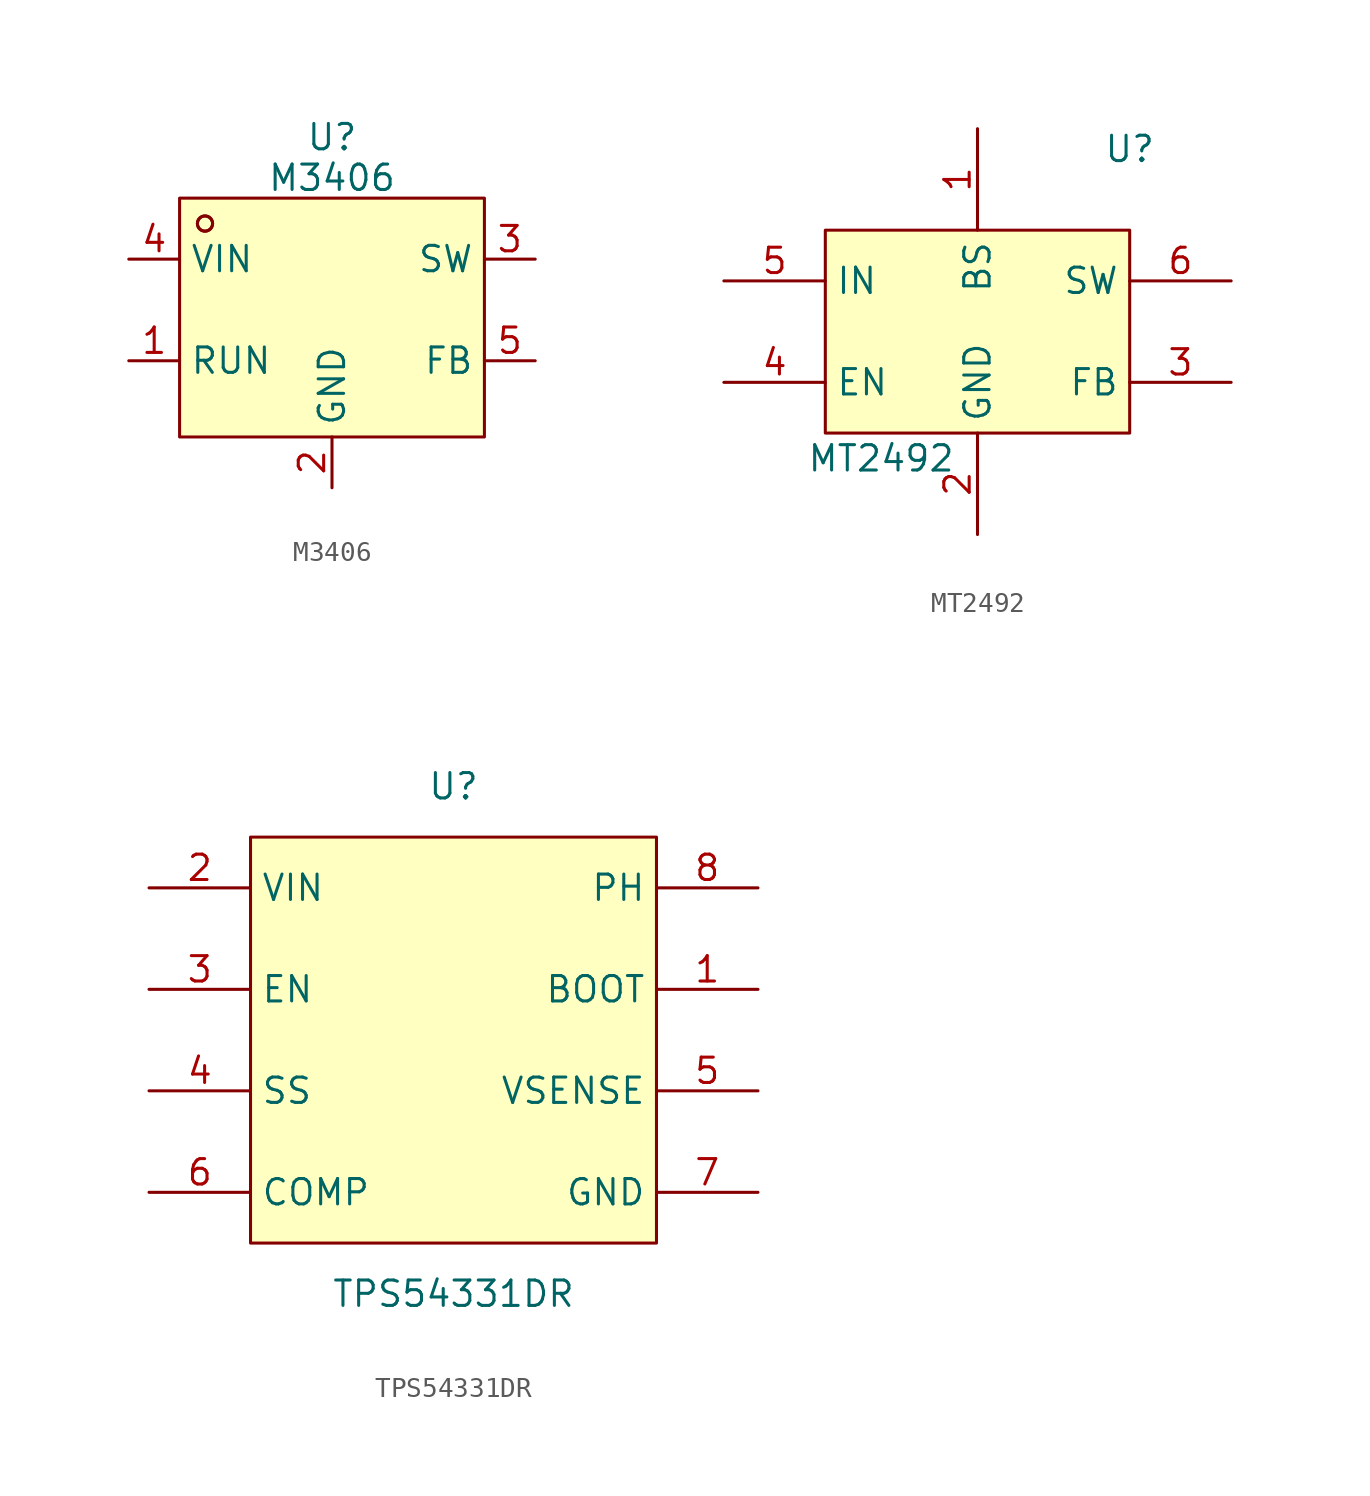
<source format=kicad_sym>
(kicad_symbol_lib
  (version 20231120)
  (generator "kicad_symbol_editor")
  (generator_version "8.0")
  (symbol "M3406"
    (property "Reference" "U"
      (at 0 8.636 0)
      (effects (font (size 1.27 1.27))))
    (property "Value" "M3406"
      (at 0 6.604 0)
      (effects (font (size 1.27 1.27))))
    (symbol "M3406_0_1"
      (rectangle (start -7.62 5.59) (end 7.62 -6.35) (stroke (width 0) (type default)) (fill (type background)))
      (circle (center -6.35 4.32) (radius 0.38) (stroke (width 0) (type default)) (fill (type none)))
      (circle (center -6.35 4.32) (radius 0.38) (stroke (width 0) (type default)) (fill (type none)))
      (pin unspecified line (at -10.16 -2.54 0) (length 2.54) (name "RUN" (effects (font (size 1.27 1.27)))) (number "1" (effects (font (size 1.27 1.27)))))
      (pin unspecified line (at 0 -8.89 90) (length 2.54) (name "GND" (effects (font (size 1.27 1.27)))) (number "2" (effects (font (size 1.27 1.27)))))
      (pin unspecified line (at 10.16 2.54 180) (length 2.54) (name "SW" (effects (font (size 1.27 1.27)))) (number "3" (effects (font (size 1.27 1.27)))))
      (pin unspecified line (at -10.16 2.54 0) (length 2.54) (name "VIN" (effects (font (size 1.27 1.27)))) (number "4" (effects (font (size 1.27 1.27)))))
      (pin unspecified line (at 10.16 -2.54 180) (length 2.54) (name "FB" (effects (font (size 1.27 1.27)))) (number "5" (effects (font (size 1.27 1.27)))))))
  (symbol "MT2492"
    (property "Reference" "U"
      (at 7.62 9.144 0)
      (effects (font (size 1.27 1.27))))
    (property "Value" "MT2492"
      (at -4.826 -6.35 0)
      (effects (font (size 1.27 1.27))))
    (symbol "MT2492_0_1"
      (rectangle (start -7.62 5.08) (end 7.62 -5.08) (stroke (width 0) (type default)) (fill (type background)))
      (pin unspecified line (at 0 10.16 270) (length 5.08) (name "BS" (effects (font (size 1.27 1.27)))) (number "1" (effects (font (size 1.27 1.27)))))
      (pin unspecified line (at 12.7 -2.54 180) (length 5.08) (name "FB" (effects (font (size 1.27 1.27)))) (number "3" (effects (font (size 1.27 1.27)))))
      (pin unspecified line (at -12.7 -2.54 0) (length 5.08) (name "EN" (effects (font (size 1.27 1.27)))) (number "4" (effects (font (size 1.27 1.27)))))
      (pin unspecified line (at -12.7 2.54 0) (length 5.08) (name "IN" (effects (font (size 1.27 1.27)))) (number "5" (effects (font (size 1.27 1.27)))))
      (pin unspecified line (at 12.7 2.54 180) (length 5.08) (name "SW" (effects (font (size 1.27 1.27)))) (number "6" (effects (font (size 1.27 1.27))))))
    (symbol "MT2492_1_1"
      (pin unspecified line (at 0 -10.16 90) (length 5.08) (name "GND" (effects (font (size 1.27 1.27)))) (number "2" (effects (font (size 1.27 1.27)))))))
  (symbol "TPS54331DR"
    (property "Reference" "U"
      (at 0 12.7 0)
      (effects (font (size 1.27 1.27))))
    (property "Value" "TPS54331DR"
      (at 0 -12.7 0)
      (effects (font (size 1.27 1.27))))
    (symbol "TPS54331DR_0_1"
      (rectangle (start -10.16 10.16) (end 10.16 -10.16) (stroke (width 0) (type default)) (fill (type background)))
      (pin unspecified line (at 15.24 2.54 180) (length 5.08) (name "BOOT" (effects (font (size 1.27 1.27)))) (number "1" (effects (font (size 1.27 1.27)))))
      (pin power_in line (at -15.24 7.62 0) (length 5.08) (name "VIN" (effects (font (size 1.27 1.27)))) (number "2" (effects (font (size 1.27 1.27)))))
      (pin unspecified line (at -15.24 2.54 0) (length 5.08) (name "EN" (effects (font (size 1.27 1.27)))) (number "3" (effects (font (size 1.27 1.27)))))
      (pin unspecified line (at -15.24 -2.54 0) (length 5.08) (name "SS" (effects (font (size 1.27 1.27)))) (number "4" (effects (font (size 1.27 1.27)))))
      (pin unspecified line (at 15.24 -2.54 180) (length 5.08) (name "VSENSE" (effects (font (size 1.27 1.27)))) (number "5" (effects (font (size 1.27 1.27)))))
      (pin unspecified line (at -15.24 -7.62 0) (length 5.08) (name "COMP" (effects (font (size 1.27 1.27)))) (number "6" (effects (font (size 1.27 1.27)))))
      (pin power_in line (at 15.24 -7.62 180) (length 5.08) (name "GND" (effects (font (size 1.27 1.27)))) (number "7" (effects (font (size 1.27 1.27)))))
      (pin power_in line (at 15.24 7.62 180) (length 5.08) (name "PH" (effects (font (size 1.27 1.27)))) (number "8" (effects (font (size 1.27 1.27))))))))
</source>
